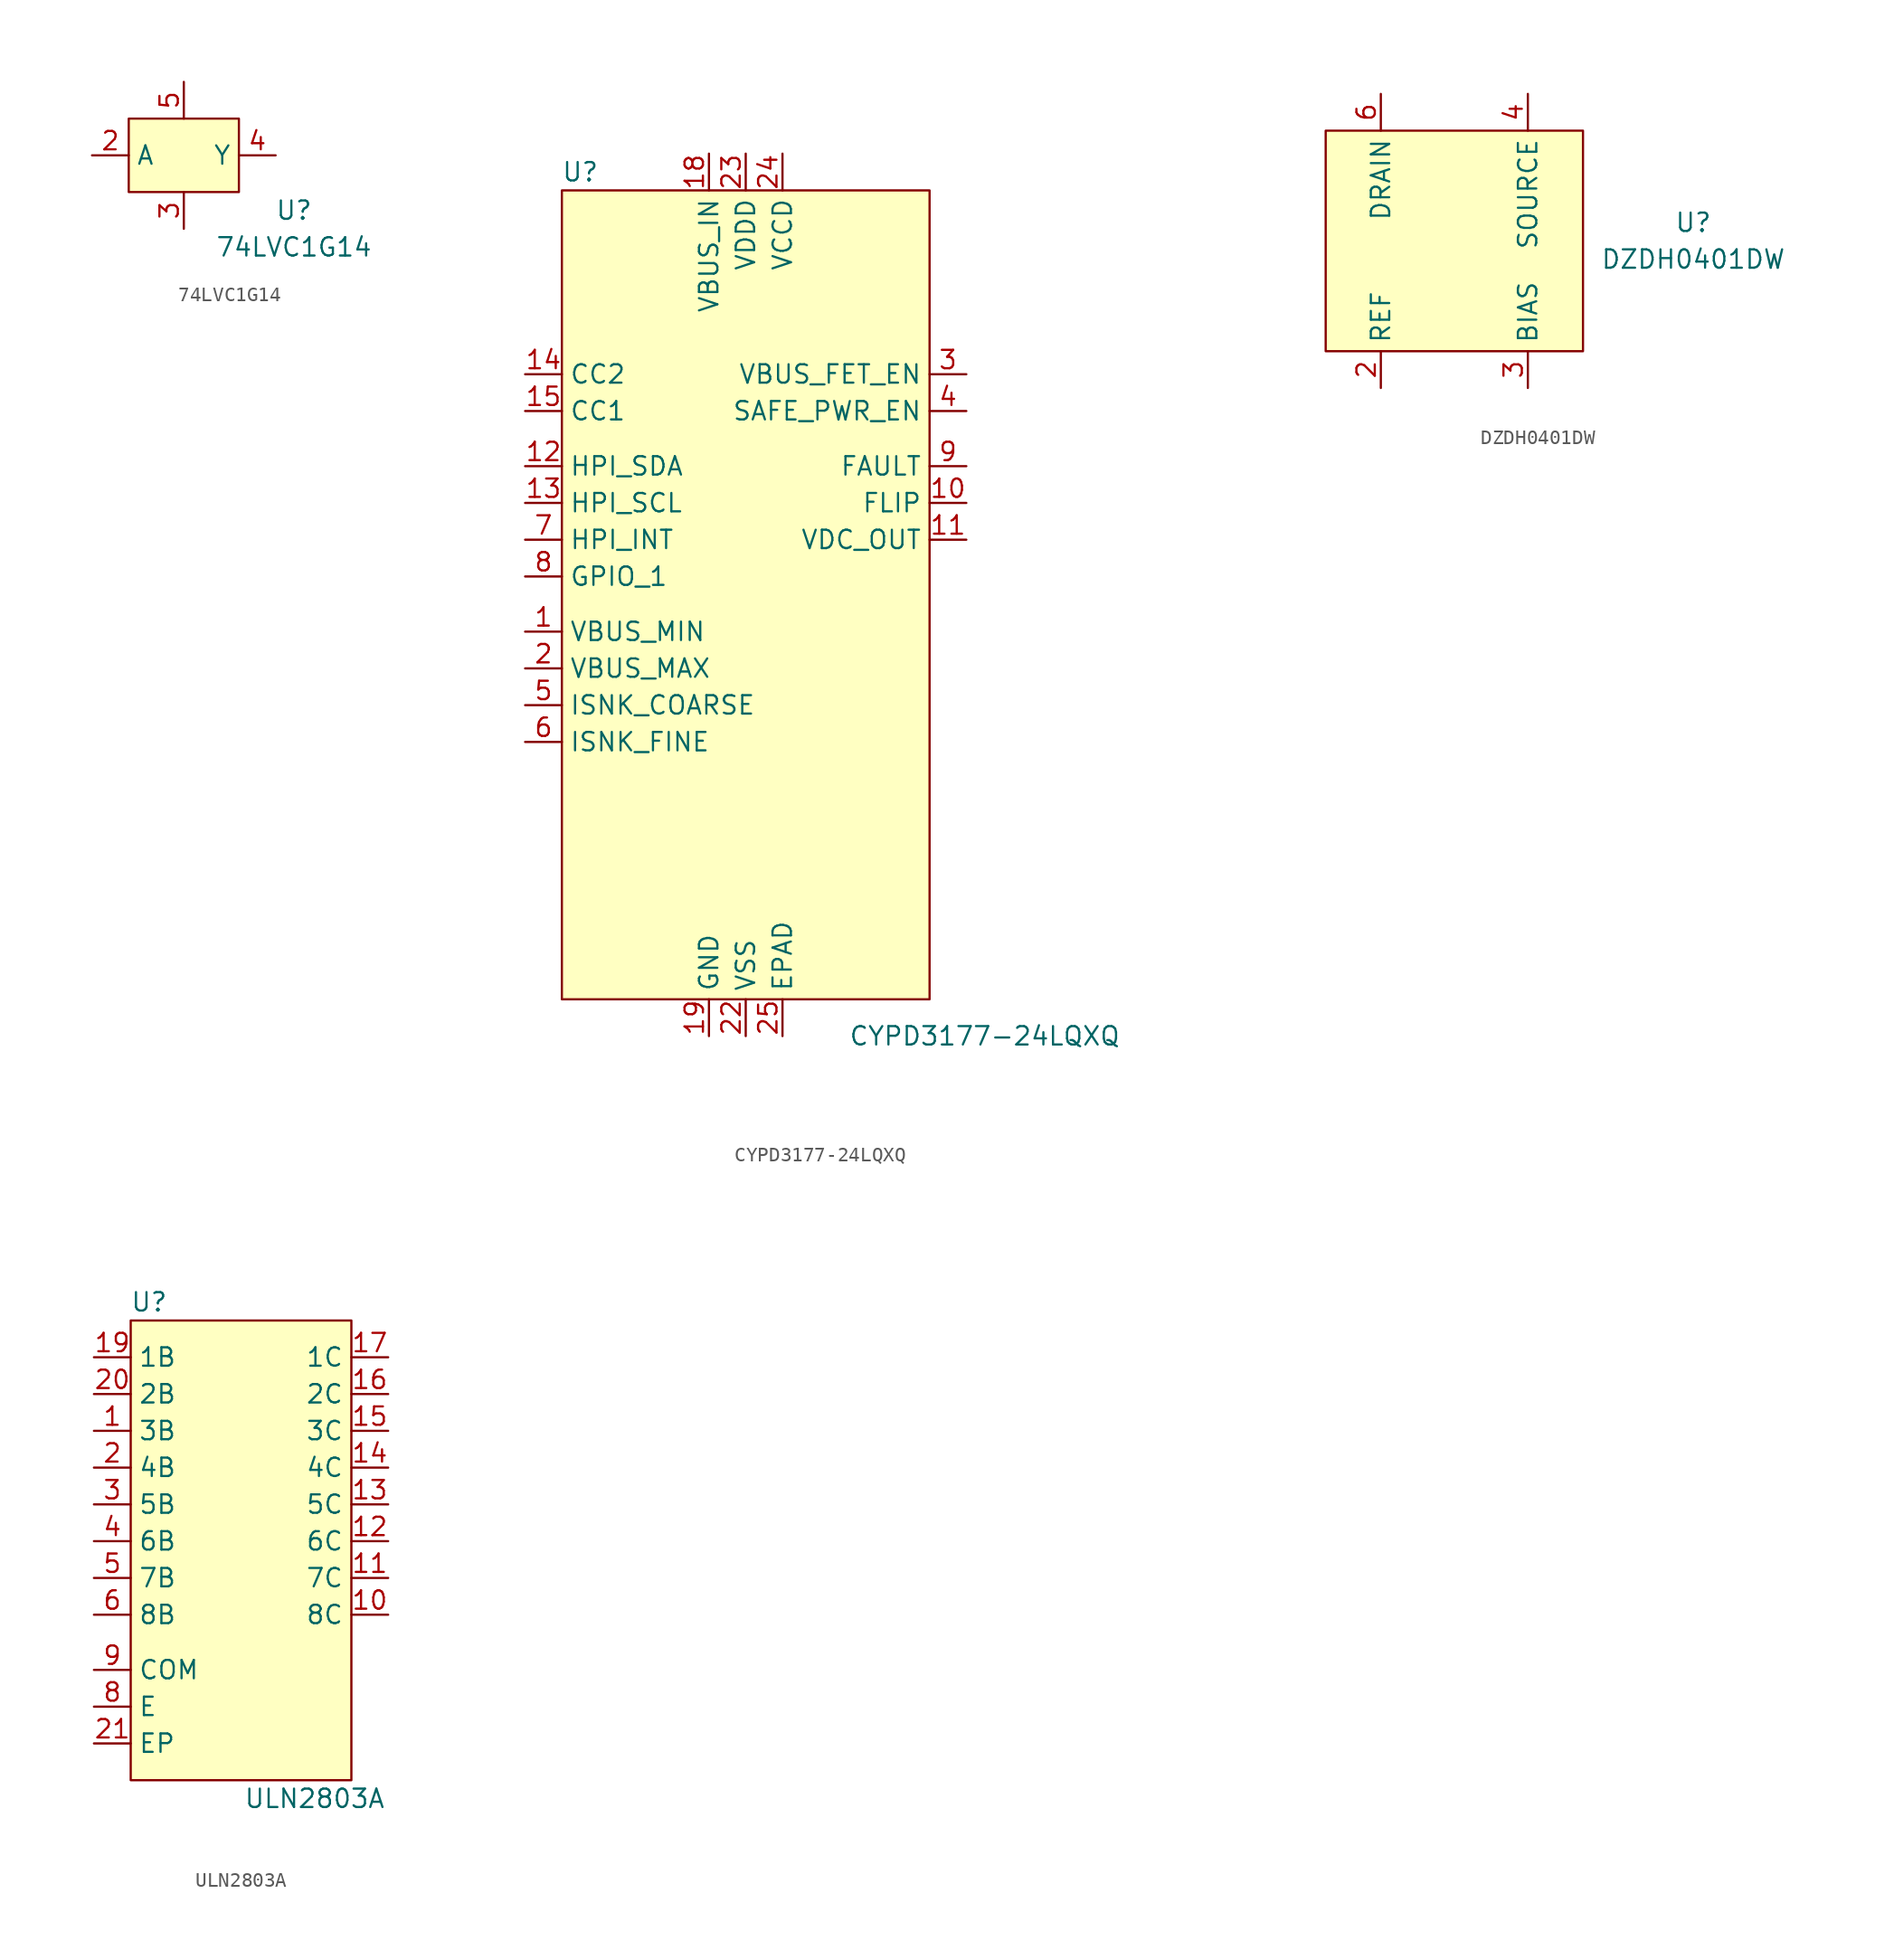
<source format=kicad_sym>
(kicad_symbol_lib
  (version 20211014)
  (generator kicad_symbol_editor)
  (symbol "74LVC1G14"
    (property "Reference" "U"
      (at 7.62 -3.81 0)
      (effects (font (size 1.27 1.27))))
    (property "Value" "74LVC1G14"
      (at 7.62 -6.35 0)
      (effects (font (size 1.27 1.27))))
    (symbol "74LVC1G14_0_1"
      (rectangle (start -3.81 2.54) (end 3.81 -2.54) (stroke (width 0) (type default) (color 0 0 0 0)) (fill (type background))))
    (symbol "74LVC1G14_1_1"
      (pin no_connect line (at -6.35 -2.54 0) (length 2.54) hide (name "" (effects (font (size 1.27 1.27)))) (number "1" (effects (font (size 1.27 1.27)))))
      (pin input line (at -6.35 0 0) (length 2.54) (name "A" (effects (font (size 1.27 1.27)))) (number "2" (effects (font (size 1.27 1.27)))))
      (pin power_in line (at 0 -5.08 90) (length 2.54) (name "" (effects (font (size 1.27 1.27)))) (number "3" (effects (font (size 1.27 1.27)))))
      (pin output line (at 6.35 0 180) (length 2.54) (name "Y" (effects (font (size 1.27 1.27)))) (number "4" (effects (font (size 1.27 1.27)))))
      (pin power_in line (at 0 5.08 270) (length 2.54) (name "" (effects (font (size 1.27 1.27)))) (number "5" (effects (font (size 1.27 1.27)))))))
  (symbol "CYPD3177-24LQXQ"
    (property "Reference" "U"
      (at -11.43 29.21 0)
      (effects (font (size 1.27 1.27))))
    (property "Value" "CYPD3177-24LQXQ"
      (at 16.51 -30.48 0)
      (effects (font (size 1.27 1.27))))
    (symbol "CYPD3177-24LQXQ_0_0"
      (pin input line (at -15.24 -2.54 0) (length 2.54) (name "VBUS_MIN" (effects (font (size 1.27 1.27)))) (number "1" (effects (font (size 1.27 1.27)))))
      (pin output line (at 15.24 6.35 180) (length 2.54) (name "FLIP" (effects (font (size 1.27 1.27)))) (number "10" (effects (font (size 1.27 1.27)))))
      (pin input line (at 15.24 3.81 180) (length 2.54) (name "VDC_OUT" (effects (font (size 1.27 1.27)))) (number "11" (effects (font (size 1.27 1.27)))))
      (pin bidirectional line (at -15.24 8.89 0) (length 2.54) (name "HPI_SDA" (effects (font (size 1.27 1.27)))) (number "12" (effects (font (size 1.27 1.27)))))
      (pin bidirectional line (at -15.24 6.35 0) (length 2.54) (name "HPI_SCL" (effects (font (size 1.27 1.27)))) (number "13" (effects (font (size 1.27 1.27)))))
      (pin bidirectional line (at -15.24 15.24 0) (length 2.54) (name "CC2" (effects (font (size 1.27 1.27)))) (number "14" (effects (font (size 1.27 1.27)))))
      (pin bidirectional line (at -15.24 12.7 0) (length 2.54) (name "CC1" (effects (font (size 1.27 1.27)))) (number "15" (effects (font (size 1.27 1.27)))))
      (pin no_connect line (at -15.24 -13.97 0) (length 2.54) hide (name "D-" (effects (font (size 1.27 1.27)))) (number "16" (effects (font (size 1.27 1.27)))))
      (pin no_connect line (at -15.24 -16.51 0) (length 2.54) hide (name "D+" (effects (font (size 1.27 1.27)))) (number "17" (effects (font (size 1.27 1.27)))))
      (pin power_in line (at -2.54 30.48 270) (length 2.54) (name "VBUS_IN" (effects (font (size 1.27 1.27)))) (number "18" (effects (font (size 1.27 1.27)))))
      (pin power_in line (at -2.54 -30.48 90) (length 2.54) (name "GND" (effects (font (size 1.27 1.27)))) (number "19" (effects (font (size 1.27 1.27)))))
      (pin input line (at -15.24 -5.08 0) (length 2.54) (name "VBUS_MAX" (effects (font (size 1.27 1.27)))) (number "2" (effects (font (size 1.27 1.27)))))
      (pin no_connect line (at -15.24 -19.05 0) (length 2.54) hide (name "DNU1" (effects (font (size 1.27 1.27)))) (number "20" (effects (font (size 1.27 1.27)))))
      (pin no_connect line (at -15.24 -21.59 0) (length 2.54) hide (name "DNU2" (effects (font (size 1.27 1.27)))) (number "21" (effects (font (size 1.27 1.27)))))
      (pin power_in line (at 0 -30.48 90) (length 2.54) (name "VSS" (effects (font (size 1.27 1.27)))) (number "22" (effects (font (size 1.27 1.27)))))
      (pin power_out line (at 0 30.48 270) (length 2.54) (name "VDDD" (effects (font (size 1.27 1.27)))) (number "23" (effects (font (size 1.27 1.27)))))
      (pin power_out line (at 2.54 30.48 270) (length 2.54) (name "VCCD" (effects (font (size 1.27 1.27)))) (number "24" (effects (font (size 1.27 1.27)))))
      (pin power_in line (at 2.54 -30.48 90) (length 2.54) (name "EPAD" (effects (font (size 1.27 1.27)))) (number "25" (effects (font (size 1.27 1.27)))))
      (pin output line (at 15.24 15.24 180) (length 2.54) (name "VBUS_FET_EN" (effects (font (size 1.27 1.27)))) (number "3" (effects (font (size 1.27 1.27)))))
      (pin output line (at 15.24 12.7 180) (length 2.54) (name "SAFE_PWR_EN" (effects (font (size 1.27 1.27)))) (number "4" (effects (font (size 1.27 1.27)))))
      (pin input line (at -15.24 -7.62 0) (length 2.54) (name "ISNK_COARSE" (effects (font (size 1.27 1.27)))) (number "5" (effects (font (size 1.27 1.27)))))
      (pin input line (at -15.24 -10.16 0) (length 2.54) (name "ISNK_FINE" (effects (font (size 1.27 1.27)))) (number "6" (effects (font (size 1.27 1.27)))))
      (pin output line (at -15.24 3.81 0) (length 2.54) (name "HPI_INT" (effects (font (size 1.27 1.27)))) (number "7" (effects (font (size 1.27 1.27)))))
      (pin bidirectional line (at -15.24 1.27 0) (length 2.54) (name "GPIO_1" (effects (font (size 1.27 1.27)))) (number "8" (effects (font (size 1.27 1.27)))))
      (pin output line (at 15.24 8.89 180) (length 2.54) (name "FAULT" (effects (font (size 1.27 1.27)))) (number "9" (effects (font (size 1.27 1.27))))))
    (symbol "CYPD3177-24LQXQ_0_1"
      (rectangle (start -12.7 27.94) (end 12.7 -27.94) (stroke (width 0) (type default) (color 0 0 0 0)) (fill (type background)))))
  (symbol "DZDH0401DW"
    (property "Reference" "U"
      (at 16.51 1.27 0)
      (effects (font (size 1.27 1.27))))
    (property "Value" "DZDH0401DW"
      (at 16.51 -1.27 0)
      (effects (font (size 1.27 1.27))))
    (symbol "DZDH0401DW_0_0"
      (pin no_connect line (at -11.43 1.27 0) (length 2.54) hide (name "NC" (effects (font (size 1.27 1.27)))) (number "1" (effects (font (size 1.27 1.27)))))
      (pin input line (at -5.08 -10.16 90) (length 2.54) (name "REF" (effects (font (size 1.27 1.27)))) (number "2" (effects (font (size 1.27 1.27)))))
      (pin input line (at 5.08 -10.16 90) (length 2.54) (name "BIAS" (effects (font (size 1.27 1.27)))) (number "3" (effects (font (size 1.27 1.27)))))
      (pin input line (at 5.08 10.16 270) (length 2.54) (name "SOURCE" (effects (font (size 1.27 1.27)))) (number "4" (effects (font (size 1.27 1.27)))))
      (pin no_connect line (at -11.43 -1.27 0) (length 2.54) hide (name "NC" (effects (font (size 1.27 1.27)))) (number "5" (effects (font (size 1.27 1.27)))))
      (pin input line (at -5.08 10.16 270) (length 2.54) (name "DRAIN" (effects (font (size 1.27 1.27)))) (number "6" (effects (font (size 1.27 1.27))))))
    (symbol "DZDH0401DW_0_1"
      (rectangle (start -8.89 7.62) (end 8.89 -7.62) (stroke (width 0) (type default) (color 0 0 0 0)) (fill (type background)))))
  (symbol "ULN2803A"
    (property "Reference" "U"
      (at -6.35 13.97 0)
      (effects (font (size 1.27 1.27))))
    (property "Value" "ULN2803A"
      (at 5.08 -20.32 0)
      (effects (font (size 1.27 1.27))))
    (symbol "ULN2803A_0_0"
      (pin input line (at -10.16 5.08 0) (length 2.54) (name "3B" (effects (font (size 1.27 1.27)))) (number "1" (effects (font (size 1.27 1.27)))))
      (pin output line (at 10.16 -7.62 180) (length 2.54) (name "8C" (effects (font (size 1.27 1.27)))) (number "10" (effects (font (size 1.27 1.27)))))
      (pin output line (at 10.16 -5.08 180) (length 2.54) (name "7C" (effects (font (size 1.27 1.27)))) (number "11" (effects (font (size 1.27 1.27)))))
      (pin output line (at 10.16 -2.54 180) (length 2.54) (name "6C" (effects (font (size 1.27 1.27)))) (number "12" (effects (font (size 1.27 1.27)))))
      (pin output line (at 10.16 0 180) (length 2.54) (name "5C" (effects (font (size 1.27 1.27)))) (number "13" (effects (font (size 1.27 1.27)))))
      (pin output line (at 10.16 2.54 180) (length 2.54) (name "4C" (effects (font (size 1.27 1.27)))) (number "14" (effects (font (size 1.27 1.27)))))
      (pin output line (at 10.16 5.08 180) (length 2.54) (name "3C" (effects (font (size 1.27 1.27)))) (number "15" (effects (font (size 1.27 1.27)))))
      (pin output line (at 10.16 7.62 180) (length 2.54) (name "2C" (effects (font (size 1.27 1.27)))) (number "16" (effects (font (size 1.27 1.27)))))
      (pin output line (at 10.16 10.16 180) (length 2.54) (name "1C" (effects (font (size 1.27 1.27)))) (number "17" (effects (font (size 1.27 1.27)))))
      (pin no_connect line (at 10.16 -13.97 180) (length 2.54) hide (name "NC" (effects (font (size 1.27 1.27)))) (number "18" (effects (font (size 1.27 1.27)))))
      (pin input line (at -10.16 10.16 0) (length 2.54) (name "1B" (effects (font (size 1.27 1.27)))) (number "19" (effects (font (size 1.27 1.27)))))
      (pin input line (at -10.16 2.54 0) (length 2.54) (name "4B" (effects (font (size 1.27 1.27)))) (number "2" (effects (font (size 1.27 1.27)))))
      (pin input line (at -10.16 7.62 0) (length 2.54) (name "2B" (effects (font (size 1.27 1.27)))) (number "20" (effects (font (size 1.27 1.27)))))
      (pin power_in line (at -10.16 -16.51 0) (length 2.54) (name "EP" (effects (font (size 1.27 1.27)))) (number "21" (effects (font (size 1.27 1.27)))))
      (pin input line (at -10.16 0 0) (length 2.54) (name "5B" (effects (font (size 1.27 1.27)))) (number "3" (effects (font (size 1.27 1.27)))))
      (pin input line (at -10.16 -2.54 0) (length 2.54) (name "6B" (effects (font (size 1.27 1.27)))) (number "4" (effects (font (size 1.27 1.27)))))
      (pin input line (at -10.16 -5.08 0) (length 2.54) (name "7B" (effects (font (size 1.27 1.27)))) (number "5" (effects (font (size 1.27 1.27)))))
      (pin input line (at -10.16 -7.62 0) (length 2.54) (name "8B" (effects (font (size 1.27 1.27)))) (number "6" (effects (font (size 1.27 1.27)))))
      (pin no_connect line (at 10.16 -11.43 180) (length 2.54) hide (name "NC" (effects (font (size 1.27 1.27)))) (number "7" (effects (font (size 1.27 1.27)))))
      (pin power_in line (at -10.16 -13.97 0) (length 2.54) (name "E" (effects (font (size 1.27 1.27)))) (number "8" (effects (font (size 1.27 1.27)))))
      (pin power_in line (at -10.16 -11.43 0) (length 2.54) (name "COM" (effects (font (size 1.27 1.27)))) (number "9" (effects (font (size 1.27 1.27))))))
    (symbol "ULN2803A_0_1"
      (rectangle (start -7.62 12.7) (end 7.62 -19.05) (stroke (width 0) (type default) (color 0 0 0 0)) (fill (type background))))))
</source>
